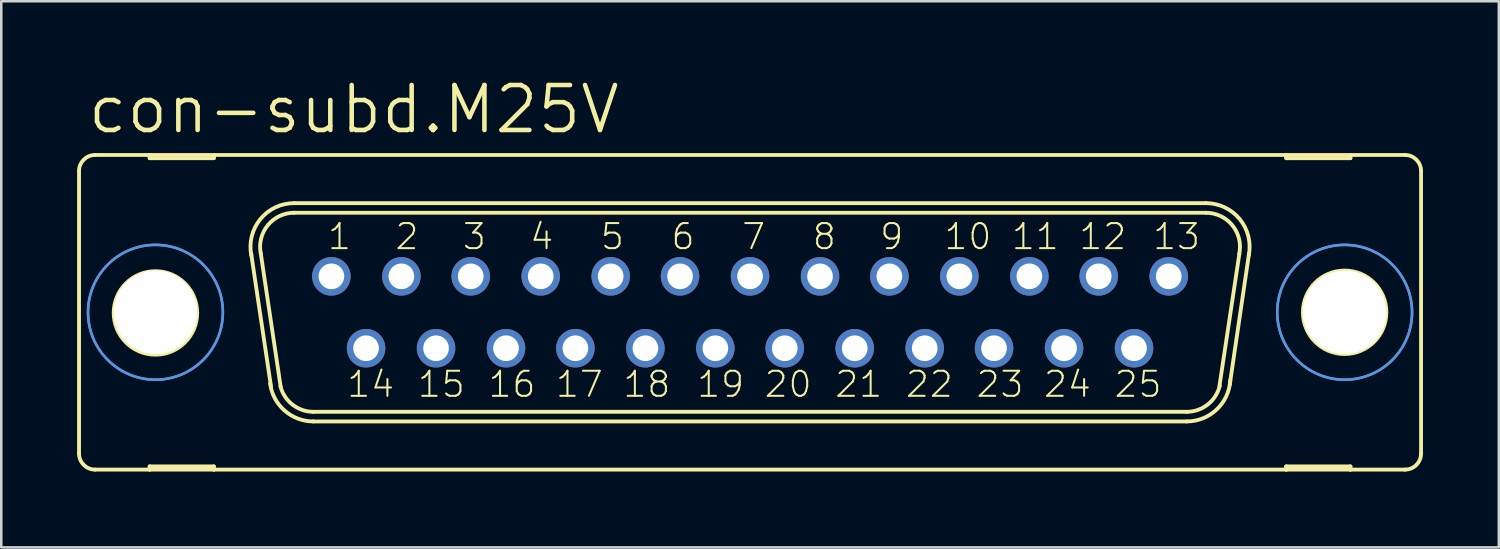
<source format=kicad_pcb>
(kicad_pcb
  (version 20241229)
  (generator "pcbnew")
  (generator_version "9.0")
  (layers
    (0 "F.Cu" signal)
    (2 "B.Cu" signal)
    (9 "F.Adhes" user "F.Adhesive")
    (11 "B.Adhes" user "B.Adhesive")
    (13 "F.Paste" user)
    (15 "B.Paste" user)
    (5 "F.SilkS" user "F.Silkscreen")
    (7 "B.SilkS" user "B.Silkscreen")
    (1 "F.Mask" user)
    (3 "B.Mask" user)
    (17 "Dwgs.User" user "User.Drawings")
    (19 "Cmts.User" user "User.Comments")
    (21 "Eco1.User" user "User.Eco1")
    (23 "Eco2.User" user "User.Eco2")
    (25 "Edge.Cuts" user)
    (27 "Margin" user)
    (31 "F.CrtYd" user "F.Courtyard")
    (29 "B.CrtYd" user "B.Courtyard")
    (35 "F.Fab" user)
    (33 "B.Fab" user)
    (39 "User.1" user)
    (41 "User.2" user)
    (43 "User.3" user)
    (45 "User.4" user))
  (footprint "con-subd.M25V"
    (layer "F.Cu")
    (at 26.619 9.303)
    (property "Reference" "con-subd.M25V" (at -26.289 -6.985 0) (layer "F.SilkS") (effects (font (size 1.778 1.778) (thickness 0.18)) (justify left bottom)))
    (attr through_hole)
    (fp_line (start -26.543 -5.588) (end -26.543 5.588) (stroke (width 0.152) (type default)) (layer "F.SilkS"))
    (fp_line (start -25.908 6.223) (end -23.749 6.223) (stroke (width 0.152) (type default)) (layer "F.SilkS"))
    (fp_line (start -23.749 -6.223) (end -25.908 -6.223) (stroke (width 0.152) (type default)) (layer "F.SilkS"))
    (fp_line (start -23.749 -6.223) (end -23.749 -6.096) (stroke (width 0.152) (type default)) (layer "F.SilkS"))
    (fp_line (start -23.749 -6.096) (end -21.209 -6.096) (stroke (width 0.152) (type default)) (layer "F.SilkS"))
    (fp_line (start -23.749 6.096) (end -21.209 6.096) (stroke (width 0.152) (type default)) (layer "F.SilkS"))
    (fp_line (start -23.749 6.223) (end -23.749 6.096) (stroke (width 0.152) (type default)) (layer "F.SilkS"))
    (fp_line (start -23.749 6.223) (end -21.209 6.223) (stroke (width 0.152) (type default)) (layer "F.SilkS"))
    (fp_line (start -21.209 -6.223) (end -23.749 -6.223) (stroke (width 0.152) (type default)) (layer "F.SilkS"))
    (fp_line (start -21.209 -6.096) (end -21.209 -6.223) (stroke (width 0.152) (type default)) (layer "F.SilkS"))
    (fp_line (start -21.209 6.096) (end -21.209 6.223) (stroke (width 0.152) (type default)) (layer "F.SilkS"))
    (fp_line (start -21.209 6.223) (end 21.209 6.223) (stroke (width 0.152) (type default)) (layer "F.SilkS"))
    (fp_line (start -18.948 2.946) (end -19.736 -2.337) (stroke (width 0.152) (type default)) (layer "F.SilkS"))
    (fp_line (start -18.567 2.946) (end -19.355 -2.337) (stroke (width 0.152) (type default)) (layer "F.SilkS"))
    (fp_line (start -18.034 -4.318) (end 18.034 -4.318) (stroke (width 0.152) (type default)) (layer "F.SilkS"))
    (fp_line (start -18.034 -3.937) (end 18.034 -3.937) (stroke (width 0.152) (type default)) (layer "F.SilkS"))
    (fp_line (start -17.272 3.937) (end 17.272 3.937) (stroke (width 0.152) (type default)) (layer "F.SilkS"))
    (fp_line (start -17.272 4.318) (end 17.272 4.318) (stroke (width 0.152) (type default)) (layer "F.SilkS"))
    (fp_line (start 19.355 -2.311) (end 18.567 2.921) (stroke (width 0.152) (type default)) (layer "F.SilkS"))
    (fp_line (start 19.736 -2.311) (end 18.974 2.87) (stroke (width 0.152) (type default)) (layer "F.SilkS"))
    (fp_line (start 21.209 -6.223) (end -21.209 -6.223) (stroke (width 0.152) (type default)) (layer "F.SilkS"))
    (fp_line (start 21.209 -6.223) (end 21.209 -6.096) (stroke (width 0.152) (type default)) (layer "F.SilkS"))
    (fp_line (start 21.209 -6.096) (end 23.749 -6.096) (stroke (width 0.152) (type default)) (layer "F.SilkS"))
    (fp_line (start 21.209 6.096) (end 23.749 6.096) (stroke (width 0.152) (type default)) (layer "F.SilkS"))
    (fp_line (start 21.209 6.223) (end 21.209 6.096) (stroke (width 0.152) (type default)) (layer "F.SilkS"))
    (fp_line (start 21.209 6.223) (end 23.749 6.223) (stroke (width 0.152) (type default)) (layer "F.SilkS"))
    (fp_line (start 23.749 -6.223) (end 21.209 -6.223) (stroke (width 0.152) (type default)) (layer "F.SilkS"))
    (fp_line (start 23.749 -6.096) (end 23.749 -6.223) (stroke (width 0.152) (type default)) (layer "F.SilkS"))
    (fp_line (start 23.749 6.096) (end 23.749 6.223) (stroke (width 0.152) (type default)) (layer "F.SilkS"))
    (fp_line (start 23.749 6.223) (end 25.908 6.223) (stroke (width 0.152) (type default)) (layer "F.SilkS"))
    (fp_line (start 25.908 -6.223) (end 23.749 -6.223) (stroke (width 0.152) (type default)) (layer "F.SilkS"))
    (fp_line (start 26.543 -5.588) (end 26.543 5.588) (stroke (width 0.152) (type default)) (layer "F.SilkS"))
    (fp_arc (start -26.543 -5.588) (mid -26.357013 -6.037013) (end -25.908 -6.223) (stroke (width 0.1524) (type default)) (layer "F.SilkS"))
    (fp_arc (start -25.908 6.223) (mid -26.357013 6.037013) (end -26.543 5.588) (stroke (width 0.1524) (type default)) (layer "F.SilkS"))
    (fp_arc (start -19.7277 -2.2521) (mid -19.369717 -3.685841) (end -18.034 -4.318) (stroke (width 0.1524) (type default)) (layer "F.SilkS"))
    (fp_arc (start -19.3541 -2.3268) (mid -19.075082 -3.444284) (end -18.034 -3.937) (stroke (width 0.1524) (type default)) (layer "F.SilkS"))
    (fp_arc (start -17.272 3.937) (mid -18.0955 3.655746) (end -18.5749 2.9295) (stroke (width 0.1524) (type default)) (layer "F.SilkS"))
    (fp_arc (start -17.272 4.318) (mid -18.409711 3.890312) (end -18.984 2.8191) (stroke (width 0.1524) (type default)) (layer "F.SilkS"))
    (fp_arc (start 18.034 -4.318) (mid 19.369812 -3.685867) (end 19.728 -2.2521) (stroke (width 0.1524) (type default)) (layer "F.SilkS"))
    (fp_arc (start 18.034 -3.937) (mid 19.082556 -3.435184) (end 19.3495 -2.3038) (stroke (width 0.1524) (type default)) (layer "F.SilkS"))
    (fp_arc (start 18.5807 2.905) (mid 18.105256 3.647874) (end 17.272 3.937) (stroke (width 0.1524) (type default)) (layer "F.SilkS"))
    (fp_arc (start 18.9963 2.6849) (mid 18.459366 3.844828) (end 17.272 4.318) (stroke (width 0.1524) (type default)) (layer "F.SilkS"))
    (fp_arc (start 25.908 -6.223) (mid 26.357013 -6.037013) (end 26.543 -5.588) (stroke (width 0.1524) (type default)) (layer "F.SilkS"))
    (fp_arc (start 26.543 5.588) (mid 26.357013 6.037013) (end 25.908 6.223) (stroke (width 0.1524) (type default)) (layer "F.SilkS"))
    (fp_circle (center -23.52 0.025) (end -21.869 0.025) (stroke (width 0.152) (type default)) (fill no) (layer "F.SilkS"))
    (fp_circle (center 23.52 0) (end 25.171 0) (stroke (width 0.152) (type default)) (fill no) (layer "F.SilkS"))
    (fp_circle (center -23.52 0) (end -20.853 0) (stroke (width 0.1) (type default)) (fill no) (layer "Cmts.User"))
    (fp_circle (center -23.52 0) (end -20.853 0) (stroke (width 0.1) (type default)) (fill no) (layer "Cmts.User"))
    (fp_circle (center 23.52 0) (end 26.187 0) (stroke (width 0.1) (type default)) (fill no) (layer "Cmts.User"))
    (fp_circle (center 23.52 0) (end 26.187 0) (stroke (width 0.1) (type default)) (fill no) (layer "Cmts.User"))
    (fp_circle (center -16.561 -1.422) (end -16.307 -1.422) (stroke (width 0.406) (type default)) (fill no) (layer "F.Fab"))
    (fp_circle (center -15.189 1.422) (end -14.935 1.422) (stroke (width 0.406) (type default)) (fill no) (layer "F.Fab"))
    (fp_circle (center -13.792 -1.422) (end -13.538 -1.422) (stroke (width 0.406) (type default)) (fill no) (layer "F.Fab"))
    (fp_circle (center -12.421 1.422) (end -12.167 1.422) (stroke (width 0.406) (type default)) (fill no) (layer "F.Fab"))
    (fp_circle (center -11.049 -1.422) (end -10.795 -1.422) (stroke (width 0.406) (type default)) (fill no) (layer "F.Fab"))
    (fp_circle (center -9.652 1.422) (end -9.398 1.422) (stroke (width 0.406) (type default)) (fill no) (layer "F.Fab"))
    (fp_circle (center -8.28 -1.422) (end -8.026 -1.422) (stroke (width 0.406) (type default)) (fill no) (layer "F.Fab"))
    (fp_circle (center -6.909 1.422) (end -6.655 1.422) (stroke (width 0.406) (type default)) (fill no) (layer "F.Fab"))
    (fp_circle (center -5.512 -1.422) (end -5.258 -1.422) (stroke (width 0.406) (type default)) (fill no) (layer "F.Fab"))
    (fp_circle (center -4.14 1.422) (end -3.886 1.422) (stroke (width 0.406) (type default)) (fill no) (layer "F.Fab"))
    (fp_circle (center -2.769 -1.422) (end -2.515 -1.422) (stroke (width 0.406) (type default)) (fill no) (layer "F.Fab"))
    (fp_circle (center -1.372 1.422) (end -1.118 1.422) (stroke (width 0.406) (type default)) (fill no) (layer "F.Fab"))
    (fp_circle (center 0 -1.422) (end 0.254 -1.422) (stroke (width 0.406) (type default)) (fill no) (layer "F.Fab"))
    (fp_circle (center 1.372 1.422) (end 1.626 1.422) (stroke (width 0.406) (type default)) (fill no) (layer "F.Fab"))
    (fp_circle (center 2.769 -1.422) (end 3.023 -1.422) (stroke (width 0.406) (type default)) (fill no) (layer "F.Fab"))
    (fp_circle (center 4.14 1.422) (end 4.394 1.422) (stroke (width 0.406) (type default)) (fill no) (layer "F.Fab"))
    (fp_circle (center 5.512 -1.422) (end 5.766 -1.422) (stroke (width 0.406) (type default)) (fill no) (layer "F.Fab"))
    (fp_circle (center 6.909 1.422) (end 7.163 1.422) (stroke (width 0.406) (type default)) (fill no) (layer "F.Fab"))
    (fp_circle (center 8.28 -1.422) (end 8.534 -1.422) (stroke (width 0.406) (type default)) (fill no) (layer "F.Fab"))
    (fp_circle (center 9.652 1.422) (end 9.906 1.422) (stroke (width 0.406) (type default)) (fill no) (layer "F.Fab"))
    (fp_circle (center 11.049 -1.422) (end 11.303 -1.422) (stroke (width 0.406) (type default)) (fill no) (layer "F.Fab"))
    (fp_circle (center 12.421 1.422) (end 12.675 1.422) (stroke (width 0.406) (type default)) (fill no) (layer "F.Fab"))
    (fp_circle (center 13.792 -1.422) (end 14.046 -1.422) (stroke (width 0.406) (type default)) (fill no) (layer "F.Fab"))
    (fp_circle (center 15.189 1.422) (end 15.443 1.422) (stroke (width 0.406) (type default)) (fill no) (layer "F.Fab"))
    (fp_circle (center 16.561 -1.422) (end 16.815 -1.422) (stroke (width 0.406) (type default)) (fill no) (layer "F.Fab"))
    (fp_text user "12" (at 12.954 -2.413 0) (layer "F.SilkS") (effects (font (size 0.991 0.991) (thickness 0.08)) (justify left bottom)))
    (fp_text user "18" (at -5.08 3.429 0) (layer "F.SilkS") (effects (font (size 0.991 0.991) (thickness 0.08)) (justify left bottom)))
    (fp_text user "22" (at 6.096 3.429 0) (layer "F.SilkS") (effects (font (size 0.991 0.991) (thickness 0.08)) (justify left bottom)))
    (fp_text user "9" (at 5.08 -2.413 0) (layer "F.SilkS") (effects (font (size 0.991 0.991) (thickness 0.08)) (justify left bottom)))
    (fp_text user "11" (at 10.287 -2.413 0) (layer "F.SilkS") (effects (font (size 0.991 0.991) (thickness 0.08)) (justify left bottom)))
    (fp_text user "3" (at -11.43 -2.413 0) (layer "F.SilkS") (effects (font (size 0.991 0.991) (thickness 0.08)) (justify left bottom)))
    (fp_text user "24" (at 11.557 3.429 0) (layer "F.SilkS") (effects (font (size 0.991 0.991) (thickness 0.08)) (justify left bottom)))
    (fp_text user "17" (at -7.747 3.429 0) (layer "F.SilkS") (effects (font (size 0.991 0.991) (thickness 0.08)) (justify left bottom)))
    (fp_text user "4" (at -8.763 -2.413 0) (layer "F.SilkS") (effects (font (size 0.991 0.991) (thickness 0.08)) (justify left bottom)))
    (fp_text user "14" (at -16.002 3.429 0) (layer "F.SilkS") (effects (font (size 0.991 0.991) (thickness 0.08)) (justify left bottom)))
    (fp_text user "16" (at -10.414 3.429 0) (layer "F.SilkS") (effects (font (size 0.991 0.991) (thickness 0.08)) (justify left bottom)))
    (fp_text user "2" (at -14.097 -2.413 0) (layer "F.SilkS") (effects (font (size 0.991 0.991) (thickness 0.08)) (justify left bottom)))
    (fp_text user "19" (at -2.159 3.429 0) (layer "F.SilkS") (effects (font (size 0.991 0.991) (thickness 0.08)) (justify left bottom)))
    (fp_text user "13" (at 15.875 -2.413 0) (layer "F.SilkS") (effects (font (size 0.991 0.991) (thickness 0.08)) (justify left bottom)))
    (fp_text user "20" (at 0.508 3.429 0) (layer "F.SilkS") (effects (font (size 0.991 0.991) (thickness 0.08)) (justify left bottom)))
    (fp_text user "25" (at 14.351 3.429 0) (layer "F.SilkS") (effects (font (size 0.991 0.991) (thickness 0.08)) (justify left bottom)))
    (fp_text user "23" (at 8.89 3.429 0) (layer "F.SilkS") (effects (font (size 0.991 0.991) (thickness 0.08)) (justify left bottom)))
    (fp_text user "5" (at -5.969 -2.413 0) (layer "F.SilkS") (effects (font (size 0.991 0.991) (thickness 0.08)) (justify left bottom)))
    (fp_text user "6" (at -3.175 -2.413 0) (layer "F.SilkS") (effects (font (size 0.991 0.991) (thickness 0.08)) (justify left bottom)))
    (fp_text user "8" (at 2.413 -2.413 0) (layer "F.SilkS") (effects (font (size 0.991 0.991) (thickness 0.08)) (justify left bottom)))
    (fp_text user "7" (at -0.381 -2.413 0) (layer "F.SilkS") (effects (font (size 0.991 0.991) (thickness 0.08)) (justify left bottom)))
    (fp_text user "1" (at -16.764 -2.413 0) (layer "F.SilkS") (effects (font (size 0.991 0.991) (thickness 0.08)) (justify left bottom)))
    (fp_text user "21" (at 3.302 3.429 0) (layer "F.SilkS") (effects (font (size 0.991 0.991) (thickness 0.08)) (justify left bottom)))
    (fp_text user "10" (at 7.62 -2.413 0) (layer "F.SilkS") (effects (font (size 0.991 0.991) (thickness 0.08)) (justify left bottom)))
    (fp_text user "15" (at -13.208 3.429 0) (layer "F.SilkS") (effects (font (size 0.991 0.991) (thickness 0.08)) (justify left bottom)))
    (pad "" np_thru_hole circle (at -23.52 0) (size 3.302 3.302) (drill 3.302) (layers "*.Cu" "*.Mask"))
    (pad "" np_thru_hole circle (at 23.52 0) (size 3.302 3.302) (drill 3.302) (layers "*.Cu" "*.Mask"))
    (pad "1" thru_hole circle (at -16.561 -1.422) (size 1.524 1.524) (drill 1.016) (layers "*.Cu" "*.Mask"))
    (pad "2" thru_hole circle (at -13.792 -1.422) (size 1.524 1.524) (drill 1.016) (layers "*.Cu" "*.Mask"))
    (pad "3" thru_hole circle (at -11.049 -1.422) (size 1.524 1.524) (drill 1.016) (layers "*.Cu" "*.Mask"))
    (pad "4" thru_hole circle (at -8.28 -1.422) (size 1.524 1.524) (drill 1.016) (layers "*.Cu" "*.Mask"))
    (pad "5" thru_hole circle (at -5.512 -1.422) (size 1.524 1.524) (drill 1.016) (layers "*.Cu" "*.Mask"))
    (pad "6" thru_hole circle (at -2.769 -1.422) (size 1.524 1.524) (drill 1.016) (layers "*.Cu" "*.Mask"))
    (pad "7" thru_hole circle (at 0 -1.422) (size 1.524 1.524) (drill 1.016) (layers "*.Cu" "*.Mask"))
    (pad "8" thru_hole circle (at 2.769 -1.422) (size 1.524 1.524) (drill 1.016) (layers "*.Cu" "*.Mask"))
    (pad "9" thru_hole circle (at 5.512 -1.422) (size 1.524 1.524) (drill 1.016) (layers "*.Cu" "*.Mask"))
    (pad "10" thru_hole circle (at 8.28 -1.422) (size 1.524 1.524) (drill 1.016) (layers "*.Cu" "*.Mask"))
    (pad "11" thru_hole circle (at 11.049 -1.422) (size 1.524 1.524) (drill 1.016) (layers "*.Cu" "*.Mask"))
    (pad "12" thru_hole circle (at 13.792 -1.422) (size 1.524 1.524) (drill 1.016) (layers "*.Cu" "*.Mask"))
    (pad "13" thru_hole circle (at 16.561 -1.422) (size 1.524 1.524) (drill 1.016) (layers "*.Cu" "*.Mask"))
    (pad "14" thru_hole circle (at -15.189 1.422) (size 1.524 1.524) (drill 1.016) (layers "*.Cu" "*.Mask"))
    (pad "15" thru_hole circle (at -12.421 1.422) (size 1.524 1.524) (drill 1.016) (layers "*.Cu" "*.Mask"))
    (pad "16" thru_hole circle (at -9.652 1.422) (size 1.524 1.524) (drill 1.016) (layers "*.Cu" "*.Mask"))
    (pad "17" thru_hole circle (at -6.909 1.422) (size 1.524 1.524) (drill 1.016) (layers "*.Cu" "*.Mask"))
    (pad "18" thru_hole circle (at -4.14 1.422) (size 1.524 1.524) (drill 1.016) (layers "*.Cu" "*.Mask"))
    (pad "19" thru_hole circle (at -1.372 1.422) (size 1.524 1.524) (drill 1.016) (layers "*.Cu" "*.Mask"))
    (pad "20" thru_hole circle (at 1.372 1.422) (size 1.524 1.524) (drill 1.016) (layers "*.Cu" "*.Mask"))
    (pad "21" thru_hole circle (at 4.14 1.422) (size 1.524 1.524) (drill 1.016) (layers "*.Cu" "*.Mask"))
    (pad "22" thru_hole circle (at 6.909 1.422) (size 1.524 1.524) (drill 1.016) (layers "*.Cu" "*.Mask"))
    (pad "23" thru_hole circle (at 9.652 1.422) (size 1.524 1.524) (drill 1.016) (layers "*.Cu" "*.Mask"))
    (pad "24" thru_hole circle (at 12.421 1.422) (size 1.524 1.524) (drill 1.016) (layers "*.Cu" "*.Mask"))
    (pad "25" thru_hole circle (at 15.189 1.422) (size 1.524 1.524) (drill 1.016) (layers "*.Cu" "*.Mask")))
  (gr_rect
    (start -3 -3)
    (end 56.238 18.602)
    (stroke (width 0.1) (type default))
    (fill no)
    (layer "Edge.Cuts")))
</source>
